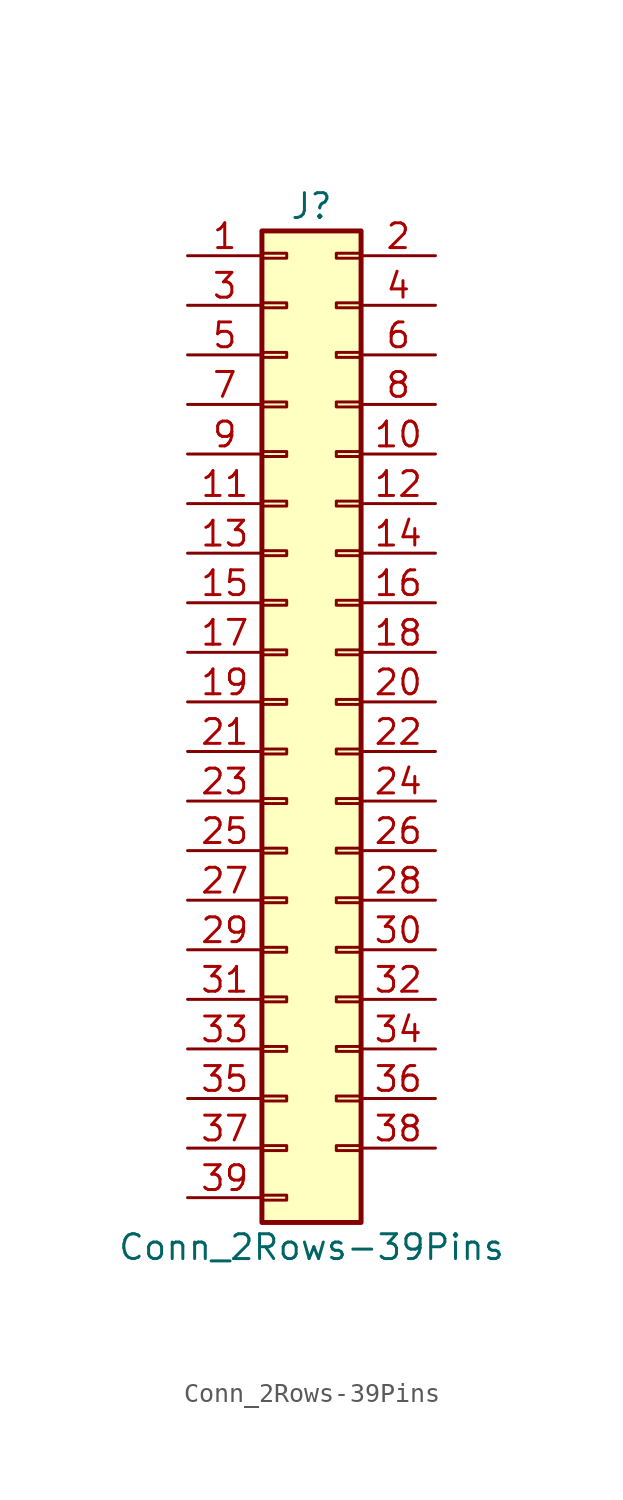
<source format=kicad_sym>
(kicad_symbol_lib
  (version 20220914)
  (generator kicad_symbol_editor)
  (symbol "Conn_2Rows-39Pins"
    (pin_names
      (offset 1.016) hide)
    (property "Reference" "J"
      (at 1.27 25.4 0)
      (effects (font (size 1.27 1.27))))
    (property "Value" "Conn_2Rows-39Pins"
      (at 1.27 -27.94 0)
      (effects (font (size 1.27 1.27))))
    (symbol "Conn_2Rows-39Pins_1_1"
      (rectangle (start -1.27 -25.273) (end 0 -25.527) (stroke (width 0.152) (type default)) (fill (type none)))
      (rectangle (start -1.27 -22.733) (end 0 -22.987) (stroke (width 0.152) (type default)) (fill (type none)))
      (rectangle (start -1.27 -20.193) (end 0 -20.447) (stroke (width 0.152) (type default)) (fill (type none)))
      (rectangle (start -1.27 -17.653) (end 0 -17.907) (stroke (width 0.152) (type default)) (fill (type none)))
      (rectangle (start -1.27 -15.113) (end 0 -15.367) (stroke (width 0.152) (type default)) (fill (type none)))
      (rectangle (start -1.27 -12.573) (end 0 -12.827) (stroke (width 0.152) (type default)) (fill (type none)))
      (rectangle (start -1.27 -10.033) (end 0 -10.287) (stroke (width 0.152) (type default)) (fill (type none)))
      (rectangle (start -1.27 -7.493) (end 0 -7.747) (stroke (width 0.152) (type default)) (fill (type none)))
      (rectangle (start -1.27 -4.953) (end 0 -5.207) (stroke (width 0.152) (type default)) (fill (type none)))
      (rectangle (start -1.27 -2.413) (end 0 -2.667) (stroke (width 0.152) (type default)) (fill (type none)))
      (rectangle (start -1.27 0.127) (end 0 -0.127) (stroke (width 0.152) (type default)) (fill (type none)))
      (rectangle (start -1.27 2.667) (end 0 2.413) (stroke (width 0.152) (type default)) (fill (type none)))
      (rectangle (start -1.27 5.207) (end 0 4.953) (stroke (width 0.152) (type default)) (fill (type none)))
      (rectangle (start -1.27 7.747) (end 0 7.493) (stroke (width 0.152) (type default)) (fill (type none)))
      (rectangle (start -1.27 10.287) (end 0 10.033) (stroke (width 0.152) (type default)) (fill (type none)))
      (rectangle (start -1.27 12.827) (end 0 12.573) (stroke (width 0.152) (type default)) (fill (type none)))
      (rectangle (start -1.27 15.367) (end 0 15.113) (stroke (width 0.152) (type default)) (fill (type none)))
      (rectangle (start -1.27 17.907) (end 0 17.653) (stroke (width 0.152) (type default)) (fill (type none)))
      (rectangle (start -1.27 20.447) (end 0 20.193) (stroke (width 0.152) (type default)) (fill (type none)))
      (rectangle (start -1.27 22.987) (end 0 22.733) (stroke (width 0.152) (type default)) (fill (type none)))
      (rectangle (start -1.27 24.13) (end 3.81 -26.67) (stroke (width 0.254) (type default)) (fill (type background)))
      (rectangle (start 3.81 -22.733) (end 2.54 -22.987) (stroke (width 0.152) (type default)) (fill (type none)))
      (rectangle (start 3.81 -20.193) (end 2.54 -20.447) (stroke (width 0.152) (type default)) (fill (type none)))
      (rectangle (start 3.81 -17.653) (end 2.54 -17.907) (stroke (width 0.152) (type default)) (fill (type none)))
      (rectangle (start 3.81 -15.113) (end 2.54 -15.367) (stroke (width 0.152) (type default)) (fill (type none)))
      (rectangle (start 3.81 -12.573) (end 2.54 -12.827) (stroke (width 0.152) (type default)) (fill (type none)))
      (rectangle (start 3.81 -10.033) (end 2.54 -10.287) (stroke (width 0.152) (type default)) (fill (type none)))
      (rectangle (start 3.81 -7.493) (end 2.54 -7.747) (stroke (width 0.152) (type default)) (fill (type none)))
      (rectangle (start 3.81 -4.953) (end 2.54 -5.207) (stroke (width 0.152) (type default)) (fill (type none)))
      (rectangle (start 3.81 -2.413) (end 2.54 -2.667) (stroke (width 0.152) (type default)) (fill (type none)))
      (rectangle (start 3.81 0.127) (end 2.54 -0.127) (stroke (width 0.152) (type default)) (fill (type none)))
      (rectangle (start 3.81 2.667) (end 2.54 2.413) (stroke (width 0.152) (type default)) (fill (type none)))
      (rectangle (start 3.81 5.207) (end 2.54 4.953) (stroke (width 0.152) (type default)) (fill (type none)))
      (rectangle (start 3.81 7.747) (end 2.54 7.493) (stroke (width 0.152) (type default)) (fill (type none)))
      (rectangle (start 3.81 10.287) (end 2.54 10.033) (stroke (width 0.152) (type default)) (fill (type none)))
      (rectangle (start 3.81 12.827) (end 2.54 12.573) (stroke (width 0.152) (type default)) (fill (type none)))
      (rectangle (start 3.81 15.367) (end 2.54 15.113) (stroke (width 0.152) (type default)) (fill (type none)))
      (rectangle (start 3.81 17.907) (end 2.54 17.653) (stroke (width 0.152) (type default)) (fill (type none)))
      (rectangle (start 3.81 20.447) (end 2.54 20.193) (stroke (width 0.152) (type default)) (fill (type none)))
      (rectangle (start 3.81 22.987) (end 2.54 22.733) (stroke (width 0.152) (type default)) (fill (type none)))
      (pin passive line (at -5.08 22.86 0) (length 3.81) (name "Pin_1" (effects (font (size 1.27 1.27)))) (number "1" (effects (font (size 1.27 1.27)))))
      (pin passive line (at 7.62 12.7 180) (length 3.81) (name "Pin_10" (effects (font (size 1.27 1.27)))) (number "10" (effects (font (size 1.27 1.27)))))
      (pin passive line (at -5.08 10.16 0) (length 3.81) (name "Pin_11" (effects (font (size 1.27 1.27)))) (number "11" (effects (font (size 1.27 1.27)))))
      (pin passive line (at 7.62 10.16 180) (length 3.81) (name "Pin_12" (effects (font (size 1.27 1.27)))) (number "12" (effects (font (size 1.27 1.27)))))
      (pin passive line (at -5.08 7.62 0) (length 3.81) (name "Pin_13" (effects (font (size 1.27 1.27)))) (number "13" (effects (font (size 1.27 1.27)))))
      (pin passive line (at 7.62 7.62 180) (length 3.81) (name "Pin_14" (effects (font (size 1.27 1.27)))) (number "14" (effects (font (size 1.27 1.27)))))
      (pin passive line (at -5.08 5.08 0) (length 3.81) (name "Pin_15" (effects (font (size 1.27 1.27)))) (number "15" (effects (font (size 1.27 1.27)))))
      (pin passive line (at 7.62 5.08 180) (length 3.81) (name "Pin_16" (effects (font (size 1.27 1.27)))) (number "16" (effects (font (size 1.27 1.27)))))
      (pin passive line (at -5.08 2.54 0) (length 3.81) (name "Pin_17" (effects (font (size 1.27 1.27)))) (number "17" (effects (font (size 1.27 1.27)))))
      (pin passive line (at 7.62 2.54 180) (length 3.81) (name "Pin_18" (effects (font (size 1.27 1.27)))) (number "18" (effects (font (size 1.27 1.27)))))
      (pin passive line (at -5.08 0 0) (length 3.81) (name "Pin_19" (effects (font (size 1.27 1.27)))) (number "19" (effects (font (size 1.27 1.27)))))
      (pin passive line (at 7.62 22.86 180) (length 3.81) (name "Pin_2" (effects (font (size 1.27 1.27)))) (number "2" (effects (font (size 1.27 1.27)))))
      (pin passive line (at 7.62 0 180) (length 3.81) (name "Pin_20" (effects (font (size 1.27 1.27)))) (number "20" (effects (font (size 1.27 1.27)))))
      (pin passive line (at -5.08 -2.54 0) (length 3.81) (name "Pin_21" (effects (font (size 1.27 1.27)))) (number "21" (effects (font (size 1.27 1.27)))))
      (pin passive line (at 7.62 -2.54 180) (length 3.81) (name "Pin_22" (effects (font (size 1.27 1.27)))) (number "22" (effects (font (size 1.27 1.27)))))
      (pin passive line (at -5.08 -5.08 0) (length 3.81) (name "Pin_23" (effects (font (size 1.27 1.27)))) (number "23" (effects (font (size 1.27 1.27)))))
      (pin passive line (at 7.62 -5.08 180) (length 3.81) (name "Pin_24" (effects (font (size 1.27 1.27)))) (number "24" (effects (font (size 1.27 1.27)))))
      (pin passive line (at -5.08 -7.62 0) (length 3.81) (name "Pin_25" (effects (font (size 1.27 1.27)))) (number "25" (effects (font (size 1.27 1.27)))))
      (pin passive line (at 7.62 -7.62 180) (length 3.81) (name "Pin_26" (effects (font (size 1.27 1.27)))) (number "26" (effects (font (size 1.27 1.27)))))
      (pin passive line (at -5.08 -10.16 0) (length 3.81) (name "Pin_27" (effects (font (size 1.27 1.27)))) (number "27" (effects (font (size 1.27 1.27)))))
      (pin passive line (at 7.62 -10.16 180) (length 3.81) (name "Pin_28" (effects (font (size 1.27 1.27)))) (number "28" (effects (font (size 1.27 1.27)))))
      (pin passive line (at -5.08 -12.7 0) (length 3.81) (name "Pin_29" (effects (font (size 1.27 1.27)))) (number "29" (effects (font (size 1.27 1.27)))))
      (pin passive line (at -5.08 20.32 0) (length 3.81) (name "Pin_3" (effects (font (size 1.27 1.27)))) (number "3" (effects (font (size 1.27 1.27)))))
      (pin passive line (at 7.62 -12.7 180) (length 3.81) (name "Pin_30" (effects (font (size 1.27 1.27)))) (number "30" (effects (font (size 1.27 1.27)))))
      (pin passive line (at -5.08 -15.24 0) (length 3.81) (name "Pin_31" (effects (font (size 1.27 1.27)))) (number "31" (effects (font (size 1.27 1.27)))))
      (pin passive line (at 7.62 -15.24 180) (length 3.81) (name "Pin_32" (effects (font (size 1.27 1.27)))) (number "32" (effects (font (size 1.27 1.27)))))
      (pin passive line (at -5.08 -17.78 0) (length 3.81) (name "Pin_33" (effects (font (size 1.27 1.27)))) (number "33" (effects (font (size 1.27 1.27)))))
      (pin passive line (at 7.62 -17.78 180) (length 3.81) (name "Pin_34" (effects (font (size 1.27 1.27)))) (number "34" (effects (font (size 1.27 1.27)))))
      (pin passive line (at -5.08 -20.32 0) (length 3.81) (name "Pin_35" (effects (font (size 1.27 1.27)))) (number "35" (effects (font (size 1.27 1.27)))))
      (pin passive line (at 7.62 -20.32 180) (length 3.81) (name "Pin_36" (effects (font (size 1.27 1.27)))) (number "36" (effects (font (size 1.27 1.27)))))
      (pin passive line (at -5.08 -22.86 0) (length 3.81) (name "Pin_37" (effects (font (size 1.27 1.27)))) (number "37" (effects (font (size 1.27 1.27)))))
      (pin passive line (at 7.62 -22.86 180) (length 3.81) (name "Pin_38" (effects (font (size 1.27 1.27)))) (number "38" (effects (font (size 1.27 1.27)))))
      (pin passive line (at -5.08 -25.4 0) (length 3.81) (name "Pin_39" (effects (font (size 1.27 1.27)))) (number "39" (effects (font (size 1.27 1.27)))))
      (pin passive line (at 7.62 20.32 180) (length 3.81) (name "Pin_4" (effects (font (size 1.27 1.27)))) (number "4" (effects (font (size 1.27 1.27)))))
      (pin passive line (at -5.08 17.78 0) (length 3.81) (name "Pin_5" (effects (font (size 1.27 1.27)))) (number "5" (effects (font (size 1.27 1.27)))))
      (pin passive line (at 7.62 17.78 180) (length 3.81) (name "Pin_6" (effects (font (size 1.27 1.27)))) (number "6" (effects (font (size 1.27 1.27)))))
      (pin passive line (at -5.08 15.24 0) (length 3.81) (name "Pin_7" (effects (font (size 1.27 1.27)))) (number "7" (effects (font (size 1.27 1.27)))))
      (pin passive line (at 7.62 15.24 180) (length 3.81) (name "Pin_8" (effects (font (size 1.27 1.27)))) (number "8" (effects (font (size 1.27 1.27)))))
      (pin passive line (at -5.08 12.7 0) (length 3.81) (name "Pin_9" (effects (font (size 1.27 1.27)))) (number "9" (effects (font (size 1.27 1.27))))))))
</source>
